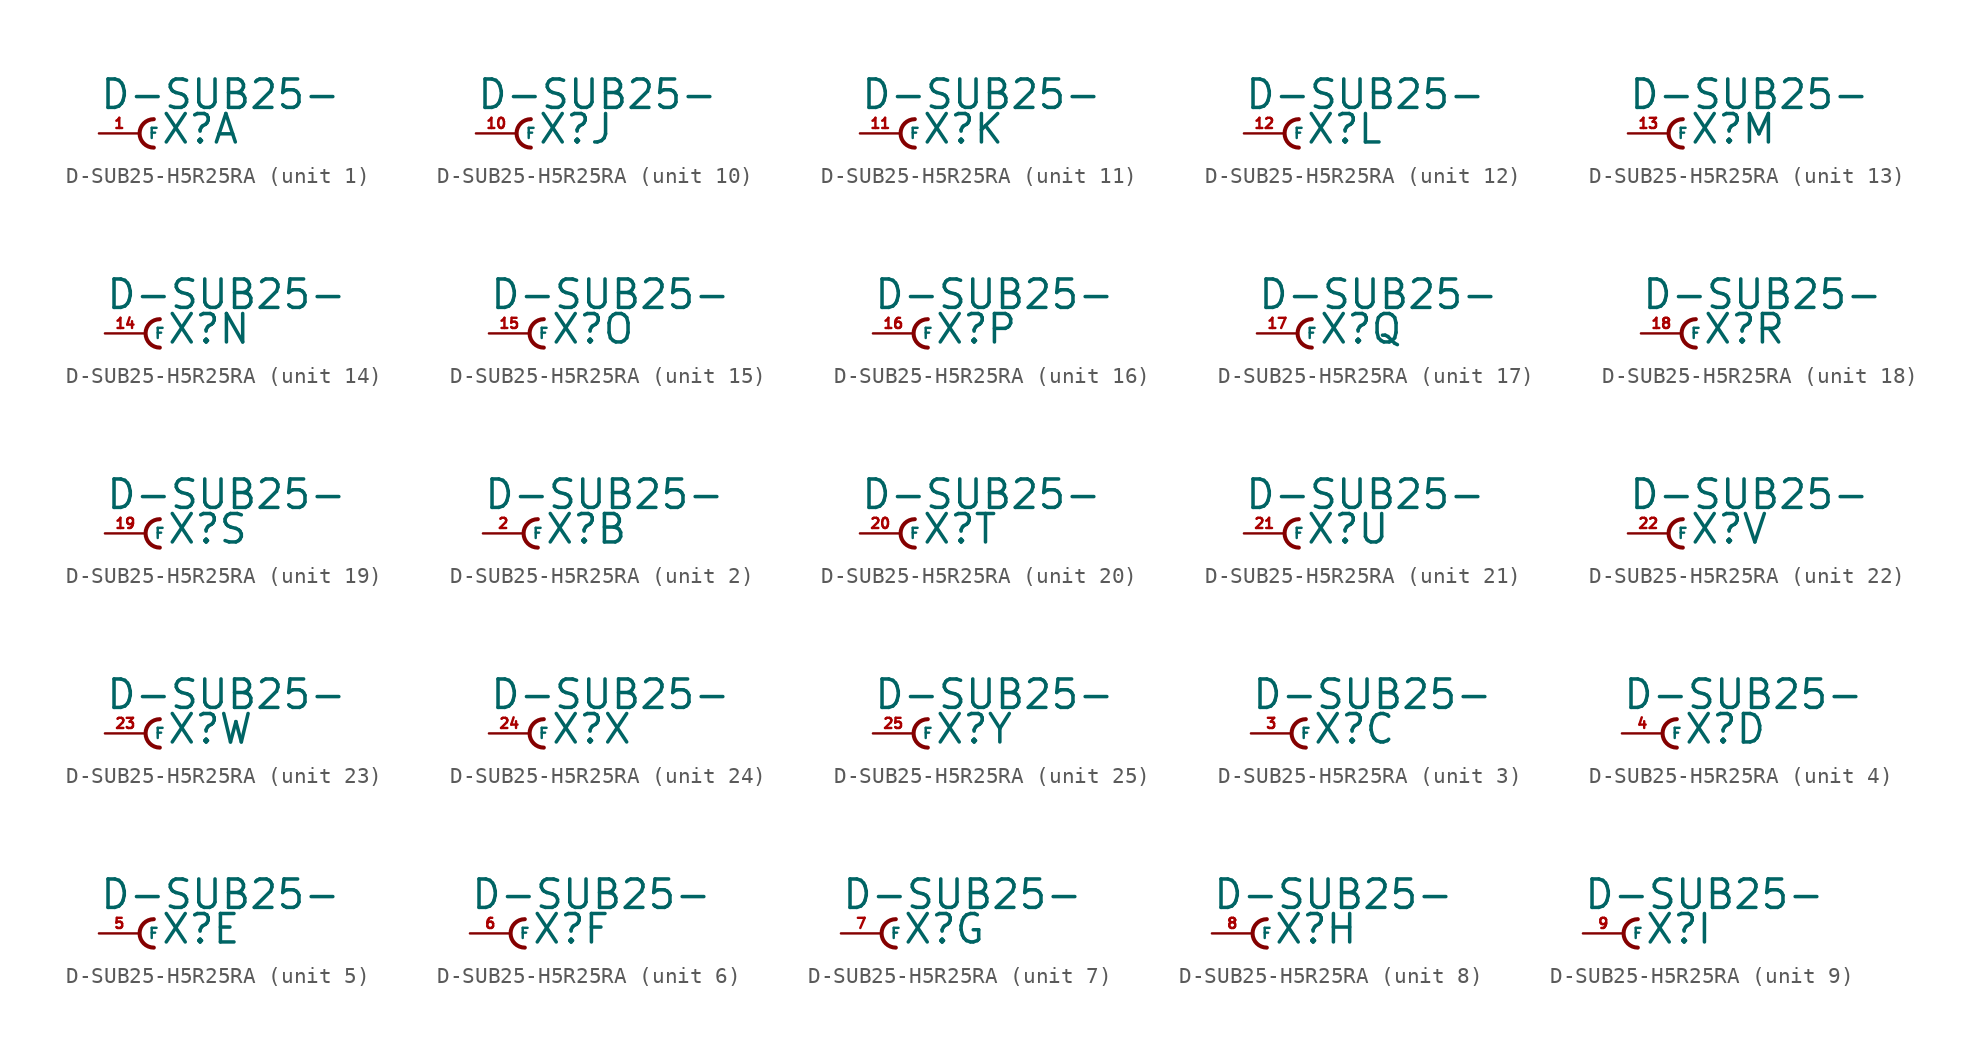
<source format=kicad_sym>
(kicad_symbol_lib
  (version 20220914)
  (generator Eagle2Kicad)
  (symbol "D-SUB25-H5R25RA"
    (property "Reference" "X"
      (at 1.27 -0.762 0)
      (effects (font (size 1.778 1.778) (thickness 0.22)) (justify left bottom)))
    (property "Value" "D-SUB25-"
      (at -2.54 1.397 0)
      (effects (font (size 1.778 1.778) (thickness 0.22)) (justify left bottom)))
    (symbol "D-SUB25-H5R25RA_1_0"
      (arc (start 0.889 0.889) (mid 0.000 0.000) (end 0.889 -0.889) (stroke (width 0.254) (type default)) (fill (type none)))
      (pin passive line (at -2.54 0 0) (length 2.54) (name "F" (effects (font (size 0.635 0.635) (thickness 0.08)) (justify left bottom))) (number "1" (effects (font (size 0.635 0.635) (thickness 0.08)) (justify left bottom)))))
    (symbol "D-SUB25-H5R25RA_2_0"
      (arc (start 0.889 0.889) (mid 0.000 0.000) (end 0.889 -0.889) (stroke (width 0.254) (type default)) (fill (type none)))
      (pin passive line (at -2.54 0 0) (length 2.54) (name "F" (effects (font (size 0.635 0.635) (thickness 0.08)) (justify left bottom))) (number "2" (effects (font (size 0.635 0.635) (thickness 0.08)) (justify left bottom)))))
    (symbol "D-SUB25-H5R25RA_3_0"
      (arc (start 0.889 0.889) (mid 0.000 0.000) (end 0.889 -0.889) (stroke (width 0.254) (type default)) (fill (type none)))
      (pin passive line (at -2.54 0 0) (length 2.54) (name "F" (effects (font (size 0.635 0.635) (thickness 0.08)) (justify left bottom))) (number "3" (effects (font (size 0.635 0.635) (thickness 0.08)) (justify left bottom)))))
    (symbol "D-SUB25-H5R25RA_4_0"
      (arc (start 0.889 0.889) (mid 0.000 0.000) (end 0.889 -0.889) (stroke (width 0.254) (type default)) (fill (type none)))
      (pin passive line (at -2.54 0 0) (length 2.54) (name "F" (effects (font (size 0.635 0.635) (thickness 0.08)) (justify left bottom))) (number "4" (effects (font (size 0.635 0.635) (thickness 0.08)) (justify left bottom)))))
    (symbol "D-SUB25-H5R25RA_5_0"
      (arc (start 0.889 0.889) (mid 0.000 0.000) (end 0.889 -0.889) (stroke (width 0.254) (type default)) (fill (type none)))
      (pin passive line (at -2.54 0 0) (length 2.54) (name "F" (effects (font (size 0.635 0.635) (thickness 0.08)) (justify left bottom))) (number "5" (effects (font (size 0.635 0.635) (thickness 0.08)) (justify left bottom)))))
    (symbol "D-SUB25-H5R25RA_6_0"
      (arc (start 0.889 0.889) (mid 0.000 0.000) (end 0.889 -0.889) (stroke (width 0.254) (type default)) (fill (type none)))
      (pin passive line (at -2.54 0 0) (length 2.54) (name "F" (effects (font (size 0.635 0.635) (thickness 0.08)) (justify left bottom))) (number "6" (effects (font (size 0.635 0.635) (thickness 0.08)) (justify left bottom)))))
    (symbol "D-SUB25-H5R25RA_7_0"
      (arc (start 0.889 0.889) (mid 0.000 0.000) (end 0.889 -0.889) (stroke (width 0.254) (type default)) (fill (type none)))
      (pin passive line (at -2.54 0 0) (length 2.54) (name "F" (effects (font (size 0.635 0.635) (thickness 0.08)) (justify left bottom))) (number "7" (effects (font (size 0.635 0.635) (thickness 0.08)) (justify left bottom)))))
    (symbol "D-SUB25-H5R25RA_8_0"
      (arc (start 0.889 0.889) (mid 0.000 0.000) (end 0.889 -0.889) (stroke (width 0.254) (type default)) (fill (type none)))
      (pin passive line (at -2.54 0 0) (length 2.54) (name "F" (effects (font (size 0.635 0.635) (thickness 0.08)) (justify left bottom))) (number "8" (effects (font (size 0.635 0.635) (thickness 0.08)) (justify left bottom)))))
    (symbol "D-SUB25-H5R25RA_9_0"
      (arc (start 0.889 0.889) (mid 0.000 0.000) (end 0.889 -0.889) (stroke (width 0.254) (type default)) (fill (type none)))
      (pin passive line (at -2.54 0 0) (length 2.54) (name "F" (effects (font (size 0.635 0.635) (thickness 0.08)) (justify left bottom))) (number "9" (effects (font (size 0.635 0.635) (thickness 0.08)) (justify left bottom)))))
    (symbol "D-SUB25-H5R25RA_10_0"
      (arc (start 0.889 0.889) (mid 0.000 0.000) (end 0.889 -0.889) (stroke (width 0.254) (type default)) (fill (type none)))
      (pin passive line (at -2.54 0 0) (length 2.54) (name "F" (effects (font (size 0.635 0.635) (thickness 0.08)) (justify left bottom))) (number "10" (effects (font (size 0.635 0.635) (thickness 0.08)) (justify left bottom)))))
    (symbol "D-SUB25-H5R25RA_11_0"
      (arc (start 0.889 0.889) (mid 0.000 0.000) (end 0.889 -0.889) (stroke (width 0.254) (type default)) (fill (type none)))
      (pin passive line (at -2.54 0 0) (length 2.54) (name "F" (effects (font (size 0.635 0.635) (thickness 0.08)) (justify left bottom))) (number "11" (effects (font (size 0.635 0.635) (thickness 0.08)) (justify left bottom)))))
    (symbol "D-SUB25-H5R25RA_12_0"
      (arc (start 0.889 0.889) (mid 0.000 0.000) (end 0.889 -0.889) (stroke (width 0.254) (type default)) (fill (type none)))
      (pin passive line (at -2.54 0 0) (length 2.54) (name "F" (effects (font (size 0.635 0.635) (thickness 0.08)) (justify left bottom))) (number "12" (effects (font (size 0.635 0.635) (thickness 0.08)) (justify left bottom)))))
    (symbol "D-SUB25-H5R25RA_13_0"
      (arc (start 0.889 0.889) (mid 0.000 0.000) (end 0.889 -0.889) (stroke (width 0.254) (type default)) (fill (type none)))
      (pin passive line (at -2.54 0 0) (length 2.54) (name "F" (effects (font (size 0.635 0.635) (thickness 0.08)) (justify left bottom))) (number "13" (effects (font (size 0.635 0.635) (thickness 0.08)) (justify left bottom)))))
    (symbol "D-SUB25-H5R25RA_14_0"
      (arc (start 0.889 0.889) (mid 0.000 0.000) (end 0.889 -0.889) (stroke (width 0.254) (type default)) (fill (type none)))
      (pin passive line (at -2.54 0 0) (length 2.54) (name "F" (effects (font (size 0.635 0.635) (thickness 0.08)) (justify left bottom))) (number "14" (effects (font (size 0.635 0.635) (thickness 0.08)) (justify left bottom)))))
    (symbol "D-SUB25-H5R25RA_15_0"
      (arc (start 0.889 0.889) (mid 0.000 0.000) (end 0.889 -0.889) (stroke (width 0.254) (type default)) (fill (type none)))
      (pin passive line (at -2.54 0 0) (length 2.54) (name "F" (effects (font (size 0.635 0.635) (thickness 0.08)) (justify left bottom))) (number "15" (effects (font (size 0.635 0.635) (thickness 0.08)) (justify left bottom)))))
    (symbol "D-SUB25-H5R25RA_16_0"
      (arc (start 0.889 0.889) (mid 0.000 0.000) (end 0.889 -0.889) (stroke (width 0.254) (type default)) (fill (type none)))
      (pin passive line (at -2.54 0 0) (length 2.54) (name "F" (effects (font (size 0.635 0.635) (thickness 0.08)) (justify left bottom))) (number "16" (effects (font (size 0.635 0.635) (thickness 0.08)) (justify left bottom)))))
    (symbol "D-SUB25-H5R25RA_17_0"
      (arc (start 0.889 0.889) (mid 0.000 0.000) (end 0.889 -0.889) (stroke (width 0.254) (type default)) (fill (type none)))
      (pin passive line (at -2.54 0 0) (length 2.54) (name "F" (effects (font (size 0.635 0.635) (thickness 0.08)) (justify left bottom))) (number "17" (effects (font (size 0.635 0.635) (thickness 0.08)) (justify left bottom)))))
    (symbol "D-SUB25-H5R25RA_18_0"
      (arc (start 0.889 0.889) (mid 0.000 0.000) (end 0.889 -0.889) (stroke (width 0.254) (type default)) (fill (type none)))
      (pin passive line (at -2.54 0 0) (length 2.54) (name "F" (effects (font (size 0.635 0.635) (thickness 0.08)) (justify left bottom))) (number "18" (effects (font (size 0.635 0.635) (thickness 0.08)) (justify left bottom)))))
    (symbol "D-SUB25-H5R25RA_19_0"
      (arc (start 0.889 0.889) (mid 0.000 0.000) (end 0.889 -0.889) (stroke (width 0.254) (type default)) (fill (type none)))
      (pin passive line (at -2.54 0 0) (length 2.54) (name "F" (effects (font (size 0.635 0.635) (thickness 0.08)) (justify left bottom))) (number "19" (effects (font (size 0.635 0.635) (thickness 0.08)) (justify left bottom)))))
    (symbol "D-SUB25-H5R25RA_20_0"
      (arc (start 0.889 0.889) (mid 0.000 0.000) (end 0.889 -0.889) (stroke (width 0.254) (type default)) (fill (type none)))
      (pin passive line (at -2.54 0 0) (length 2.54) (name "F" (effects (font (size 0.635 0.635) (thickness 0.08)) (justify left bottom))) (number "20" (effects (font (size 0.635 0.635) (thickness 0.08)) (justify left bottom)))))
    (symbol "D-SUB25-H5R25RA_21_0"
      (arc (start 0.889 0.889) (mid 0.000 0.000) (end 0.889 -0.889) (stroke (width 0.254) (type default)) (fill (type none)))
      (pin passive line (at -2.54 0 0) (length 2.54) (name "F" (effects (font (size 0.635 0.635) (thickness 0.08)) (justify left bottom))) (number "21" (effects (font (size 0.635 0.635) (thickness 0.08)) (justify left bottom)))))
    (symbol "D-SUB25-H5R25RA_22_0"
      (arc (start 0.889 0.889) (mid 0.000 0.000) (end 0.889 -0.889) (stroke (width 0.254) (type default)) (fill (type none)))
      (pin passive line (at -2.54 0 0) (length 2.54) (name "F" (effects (font (size 0.635 0.635) (thickness 0.08)) (justify left bottom))) (number "22" (effects (font (size 0.635 0.635) (thickness 0.08)) (justify left bottom)))))
    (symbol "D-SUB25-H5R25RA_23_0"
      (arc (start 0.889 0.889) (mid 0.000 0.000) (end 0.889 -0.889) (stroke (width 0.254) (type default)) (fill (type none)))
      (pin passive line (at -2.54 0 0) (length 2.54) (name "F" (effects (font (size 0.635 0.635) (thickness 0.08)) (justify left bottom))) (number "23" (effects (font (size 0.635 0.635) (thickness 0.08)) (justify left bottom)))))
    (symbol "D-SUB25-H5R25RA_24_0"
      (arc (start 0.889 0.889) (mid 0.000 0.000) (end 0.889 -0.889) (stroke (width 0.254) (type default)) (fill (type none)))
      (pin passive line (at -2.54 0 0) (length 2.54) (name "F" (effects (font (size 0.635 0.635) (thickness 0.08)) (justify left bottom))) (number "24" (effects (font (size 0.635 0.635) (thickness 0.08)) (justify left bottom)))))
    (symbol "D-SUB25-H5R25RA_25_0"
      (arc (start 0.889 0.889) (mid 0.000 0.000) (end 0.889 -0.889) (stroke (width 0.254) (type default)) (fill (type none)))
      (pin passive line (at -2.54 0 0) (length 2.54) (name "F" (effects (font (size 0.635 0.635) (thickness 0.08)) (justify left bottom))) (number "25" (effects (font (size 0.635 0.635) (thickness 0.08)) (justify left bottom)))))))
</source>
